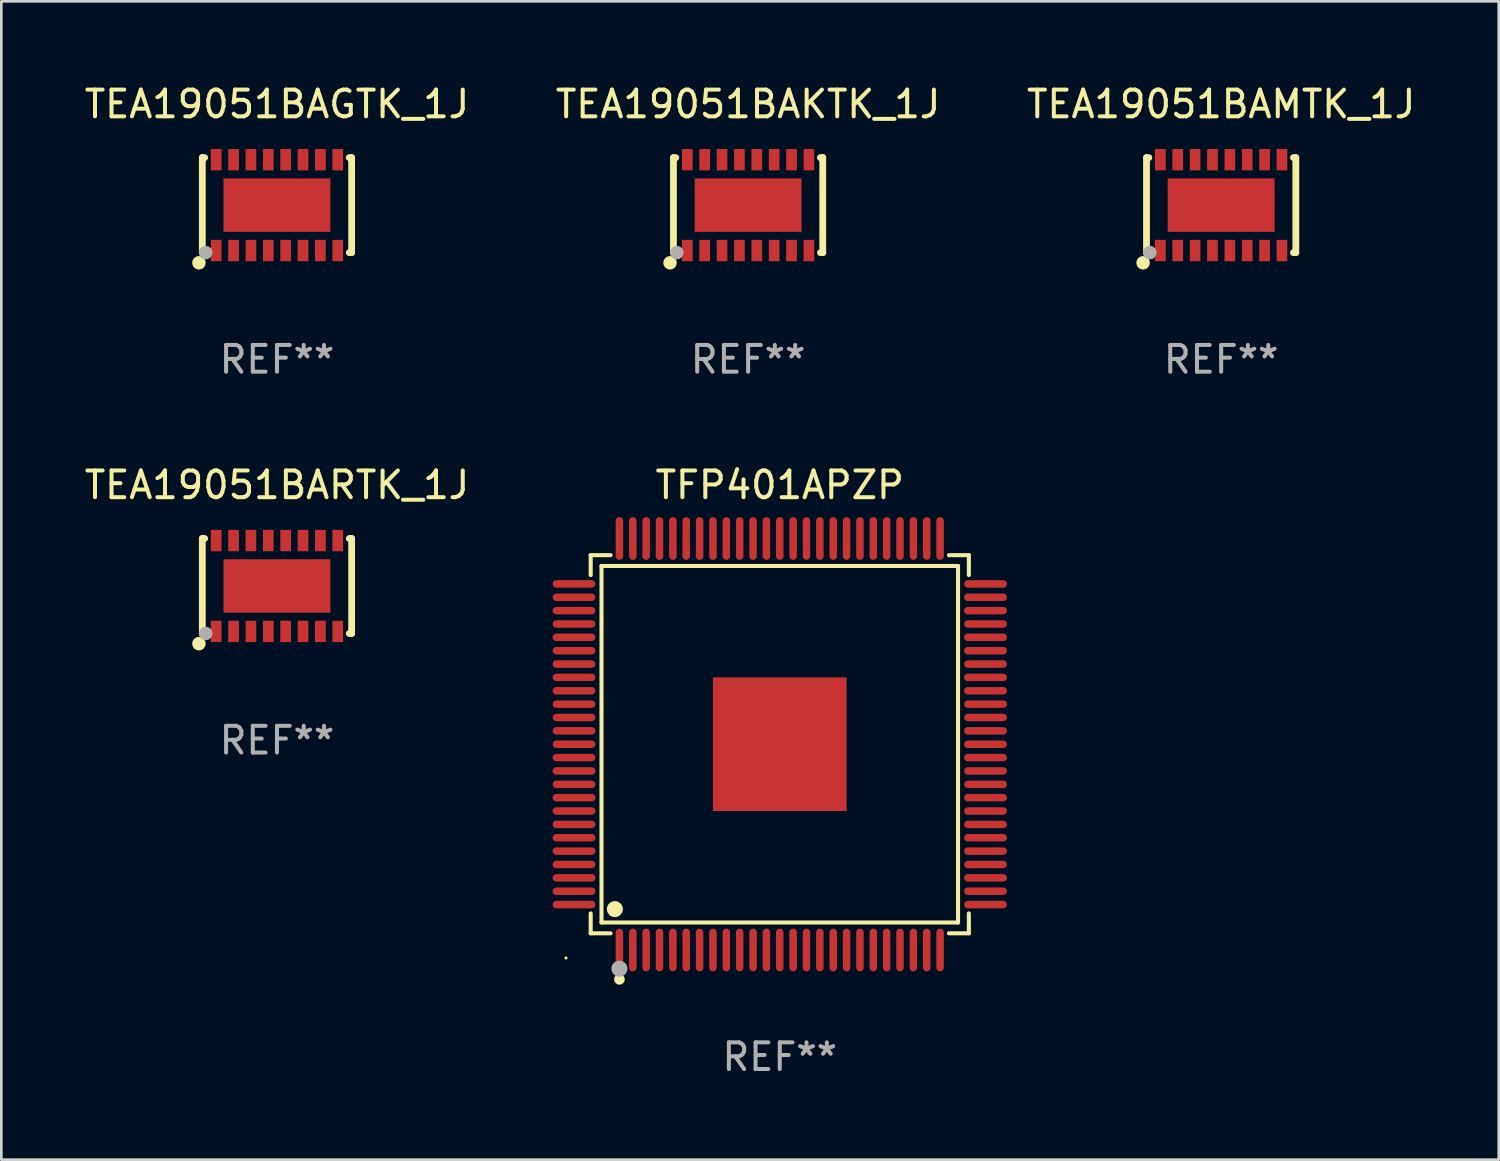
<source format=kicad_pcb>
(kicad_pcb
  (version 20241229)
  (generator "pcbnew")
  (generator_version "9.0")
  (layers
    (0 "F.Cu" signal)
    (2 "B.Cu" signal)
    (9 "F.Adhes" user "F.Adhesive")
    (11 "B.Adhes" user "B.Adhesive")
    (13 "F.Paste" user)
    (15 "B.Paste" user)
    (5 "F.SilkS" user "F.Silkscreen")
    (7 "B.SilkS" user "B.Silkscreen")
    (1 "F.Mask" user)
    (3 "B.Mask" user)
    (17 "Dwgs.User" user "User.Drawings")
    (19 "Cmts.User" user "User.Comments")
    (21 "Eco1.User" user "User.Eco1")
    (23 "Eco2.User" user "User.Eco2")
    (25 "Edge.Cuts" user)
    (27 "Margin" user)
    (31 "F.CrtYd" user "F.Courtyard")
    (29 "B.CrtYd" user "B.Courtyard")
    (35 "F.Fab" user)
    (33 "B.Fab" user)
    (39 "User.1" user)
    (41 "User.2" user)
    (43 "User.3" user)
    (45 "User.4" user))
  (footprint "TEA19051BARTK_1J"
    (layer "F.Cu")
    (at 7.315 18.879)
    (property "Reference" "TEA19051BARTK_1J" (at 0 -3.778 0) (layer "F.SilkS") (effects (font (size 1 1) (thickness 0.15))))
    (attr through_hole)
    (fp_line (start -2.794 -1.778) (end -2.794 1.778) (stroke (width 0.254) (type solid)) (layer "F.SilkS"))
    (fp_line (start -2.794 1.778) (end -2.706 1.778) (stroke (width 0.254) (type solid)) (layer "F.SilkS"))
    (fp_line (start -2.706 -1.778) (end -2.794 -1.778) (stroke (width 0.254) (type solid)) (layer "F.SilkS"))
    (fp_line (start 2.706 1.778) (end 2.794 1.778) (stroke (width 0.254) (type solid)) (layer "F.SilkS"))
    (fp_line (start 2.794 -1.778) (end 2.706 -1.778) (stroke (width 0.254) (type solid)) (layer "F.SilkS"))
    (fp_line (start 2.794 1.778) (end 2.794 -1.778) (stroke (width 0.254) (type solid)) (layer "F.SilkS"))
    (fp_circle (center -2.921 2.159) (end -2.794 2.159) (stroke (width 0.254) (type solid)) (fill no) (layer "F.SilkS"))
    (fp_circle (center -2.75 1.75) (end -2.72 1.75) (stroke (width 0.06) (type solid)) (fill no) (layer "F.SilkS"))
    (fp_circle (center -2.667 1.778) (end -2.54 1.778) (stroke (width 0.254) (type solid)) (fill no) (layer "F.Fab"))
    (fp_text user "REF**" (at 0 5.778 0) (layer "F.Fab") (effects (font (size 1 1) (thickness 0.15))))
    (pad "1" smd rect (at -2.275 1.7) (size 0.4 0.8) (layers "F.Cu" "F.Mask" "F.Paste"))
    (pad "2" smd rect (at -1.625 1.7) (size 0.4 0.8) (layers "F.Cu" "F.Mask" "F.Paste"))
    (pad "3" smd rect (at -0.975 1.7) (size 0.4 0.8) (layers "F.Cu" "F.Mask" "F.Paste"))
    (pad "4" smd rect (at -0.325 1.7) (size 0.4 0.8) (layers "F.Cu" "F.Mask" "F.Paste"))
    (pad "5" smd rect (at 0.325 1.7) (size 0.4 0.8) (layers "F.Cu" "F.Mask" "F.Paste"))
    (pad "6" smd rect (at 0.975 1.7) (size 0.4 0.8) (layers "F.Cu" "F.Mask" "F.Paste"))
    (pad "7" smd rect (at 1.625 1.7) (size 0.4 0.8) (layers "F.Cu" "F.Mask" "F.Paste"))
    (pad "8" smd rect (at 2.275 1.7) (size 0.4 0.8) (layers "F.Cu" "F.Mask" "F.Paste"))
    (pad "9" smd rect (at 2.275 -1.7) (size 0.4 0.8) (layers "F.Cu" "F.Mask" "F.Paste"))
    (pad "10" smd rect (at 1.625 -1.7) (size 0.4 0.8) (layers "F.Cu" "F.Mask" "F.Paste"))
    (pad "11" smd rect (at 0.975 -1.7) (size 0.4 0.8) (layers "F.Cu" "F.Mask" "F.Paste"))
    (pad "12" smd rect (at 0.325 -1.7) (size 0.4 0.8) (layers "F.Cu" "F.Mask" "F.Paste"))
    (pad "13" smd rect (at -0.325 -1.7) (size 0.4 0.8) (layers "F.Cu" "F.Mask" "F.Paste"))
    (pad "14" smd rect (at -0.975 -1.7) (size 0.4 0.8) (layers "F.Cu" "F.Mask" "F.Paste"))
    (pad "15" smd rect (at -1.625 -1.7) (size 0.4 0.8) (layers "F.Cu" "F.Mask" "F.Paste"))
    (pad "16" smd rect (at -2.275 -1.7) (size 0.4 0.8) (layers "F.Cu" "F.Mask" "F.Paste"))
    (pad "17" smd rect (at 0.000076 -0.000025) (size 4 2) (layers "F.Cu" "F.Mask" "F.Paste")))
  (footprint "TEA19051BAGTK_1J"
    (layer "F.Cu")
    (at 7.315 4.626)
    (property "Reference" "TEA19051BAGTK_1J" (at 0 -3.778 0) (layer "F.SilkS") (effects (font (size 1 1) (thickness 0.15))))
    (attr through_hole)
    (fp_line (start -2.794 -1.778) (end -2.794 1.778) (stroke (width 0.254) (type solid)) (layer "F.SilkS"))
    (fp_line (start -2.794 1.778) (end -2.706 1.778) (stroke (width 0.254) (type solid)) (layer "F.SilkS"))
    (fp_line (start -2.706 -1.778) (end -2.794 -1.778) (stroke (width 0.254) (type solid)) (layer "F.SilkS"))
    (fp_line (start 2.706 1.778) (end 2.794 1.778) (stroke (width 0.254) (type solid)) (layer "F.SilkS"))
    (fp_line (start 2.794 -1.778) (end 2.706 -1.778) (stroke (width 0.254) (type solid)) (layer "F.SilkS"))
    (fp_line (start 2.794 1.778) (end 2.794 -1.778) (stroke (width 0.254) (type solid)) (layer "F.SilkS"))
    (fp_circle (center -2.921 2.159) (end -2.794 2.159) (stroke (width 0.254) (type solid)) (fill no) (layer "F.SilkS"))
    (fp_circle (center -2.75 1.75) (end -2.72 1.75) (stroke (width 0.06) (type solid)) (fill no) (layer "F.SilkS"))
    (fp_circle (center -2.667 1.778) (end -2.54 1.778) (stroke (width 0.254) (type solid)) (fill no) (layer "F.Fab"))
    (fp_text user "REF**" (at 0 5.778 0) (layer "F.Fab") (effects (font (size 1 1) (thickness 0.15))))
    (pad "1" smd rect (at -2.275 1.7) (size 0.4 0.8) (layers "F.Cu" "F.Mask" "F.Paste"))
    (pad "2" smd rect (at -1.625 1.7) (size 0.4 0.8) (layers "F.Cu" "F.Mask" "F.Paste"))
    (pad "3" smd rect (at -0.975 1.7) (size 0.4 0.8) (layers "F.Cu" "F.Mask" "F.Paste"))
    (pad "4" smd rect (at -0.325 1.7) (size 0.4 0.8) (layers "F.Cu" "F.Mask" "F.Paste"))
    (pad "5" smd rect (at 0.325 1.7) (size 0.4 0.8) (layers "F.Cu" "F.Mask" "F.Paste"))
    (pad "6" smd rect (at 0.975 1.7) (size 0.4 0.8) (layers "F.Cu" "F.Mask" "F.Paste"))
    (pad "7" smd rect (at 1.625 1.7) (size 0.4 0.8) (layers "F.Cu" "F.Mask" "F.Paste"))
    (pad "8" smd rect (at 2.275 1.7) (size 0.4 0.8) (layers "F.Cu" "F.Mask" "F.Paste"))
    (pad "9" smd rect (at 2.275 -1.7) (size 0.4 0.8) (layers "F.Cu" "F.Mask" "F.Paste"))
    (pad "10" smd rect (at 1.625 -1.7) (size 0.4 0.8) (layers "F.Cu" "F.Mask" "F.Paste"))
    (pad "11" smd rect (at 0.975 -1.7) (size 0.4 0.8) (layers "F.Cu" "F.Mask" "F.Paste"))
    (pad "12" smd rect (at 0.325 -1.7) (size 0.4 0.8) (layers "F.Cu" "F.Mask" "F.Paste"))
    (pad "13" smd rect (at -0.325 -1.7) (size 0.4 0.8) (layers "F.Cu" "F.Mask" "F.Paste"))
    (pad "14" smd rect (at -0.975 -1.7) (size 0.4 0.8) (layers "F.Cu" "F.Mask" "F.Paste"))
    (pad "15" smd rect (at -1.625 -1.7) (size 0.4 0.8) (layers "F.Cu" "F.Mask" "F.Paste"))
    (pad "16" smd rect (at -2.275 -1.7) (size 0.4 0.8) (layers "F.Cu" "F.Mask" "F.Paste"))
    (pad "17" smd rect (at 0.000076 -0.000025) (size 4 2) (layers "F.Cu" "F.Mask" "F.Paste")))
  (footprint "TEA19051BAKTK_1J"
    (layer "F.Cu")
    (at 24.946 4.626)
    (property "Reference" "TEA19051BAKTK_1J" (at 0 -3.778 0) (layer "F.SilkS") (effects (font (size 1 1) (thickness 0.15))))
    (attr through_hole)
    (fp_line (start -2.794 -1.778) (end -2.794 1.778) (stroke (width 0.254) (type solid)) (layer "F.SilkS"))
    (fp_line (start -2.794 1.778) (end -2.706 1.778) (stroke (width 0.254) (type solid)) (layer "F.SilkS"))
    (fp_line (start -2.706 -1.778) (end -2.794 -1.778) (stroke (width 0.254) (type solid)) (layer "F.SilkS"))
    (fp_line (start 2.706 1.778) (end 2.794 1.778) (stroke (width 0.254) (type solid)) (layer "F.SilkS"))
    (fp_line (start 2.794 -1.778) (end 2.706 -1.778) (stroke (width 0.254) (type solid)) (layer "F.SilkS"))
    (fp_line (start 2.794 1.778) (end 2.794 -1.778) (stroke (width 0.254) (type solid)) (layer "F.SilkS"))
    (fp_circle (center -2.921 2.159) (end -2.794 2.159) (stroke (width 0.254) (type solid)) (fill no) (layer "F.SilkS"))
    (fp_circle (center -2.75 1.75) (end -2.72 1.75) (stroke (width 0.06) (type solid)) (fill no) (layer "F.SilkS"))
    (fp_circle (center -2.667 1.778) (end -2.54 1.778) (stroke (width 0.254) (type solid)) (fill no) (layer "F.Fab"))
    (fp_text user "REF**" (at 0 5.778 0) (layer "F.Fab") (effects (font (size 1 1) (thickness 0.15))))
    (pad "1" smd rect (at -2.275 1.7) (size 0.4 0.8) (layers "F.Cu" "F.Mask" "F.Paste"))
    (pad "2" smd rect (at -1.625 1.7) (size 0.4 0.8) (layers "F.Cu" "F.Mask" "F.Paste"))
    (pad "3" smd rect (at -0.975 1.7) (size 0.4 0.8) (layers "F.Cu" "F.Mask" "F.Paste"))
    (pad "4" smd rect (at -0.325 1.7) (size 0.4 0.8) (layers "F.Cu" "F.Mask" "F.Paste"))
    (pad "5" smd rect (at 0.325 1.7) (size 0.4 0.8) (layers "F.Cu" "F.Mask" "F.Paste"))
    (pad "6" smd rect (at 0.975 1.7) (size 0.4 0.8) (layers "F.Cu" "F.Mask" "F.Paste"))
    (pad "7" smd rect (at 1.625 1.7) (size 0.4 0.8) (layers "F.Cu" "F.Mask" "F.Paste"))
    (pad "8" smd rect (at 2.275 1.7) (size 0.4 0.8) (layers "F.Cu" "F.Mask" "F.Paste"))
    (pad "9" smd rect (at 2.275 -1.7) (size 0.4 0.8) (layers "F.Cu" "F.Mask" "F.Paste"))
    (pad "10" smd rect (at 1.625 -1.7) (size 0.4 0.8) (layers "F.Cu" "F.Mask" "F.Paste"))
    (pad "11" smd rect (at 0.975 -1.7) (size 0.4 0.8) (layers "F.Cu" "F.Mask" "F.Paste"))
    (pad "12" smd rect (at 0.325 -1.7) (size 0.4 0.8) (layers "F.Cu" "F.Mask" "F.Paste"))
    (pad "13" smd rect (at -0.325 -1.7) (size 0.4 0.8) (layers "F.Cu" "F.Mask" "F.Paste"))
    (pad "14" smd rect (at -0.975 -1.7) (size 0.4 0.8) (layers "F.Cu" "F.Mask" "F.Paste"))
    (pad "15" smd rect (at -1.625 -1.7) (size 0.4 0.8) (layers "F.Cu" "F.Mask" "F.Paste"))
    (pad "16" smd rect (at -2.275 -1.7) (size 0.4 0.8) (layers "F.Cu" "F.Mask" "F.Paste"))
    (pad "17" smd rect (at 0.000076 -0.000025) (size 4 2) (layers "F.Cu" "F.Mask" "F.Paste")))
  (footprint "TEA19051BAMTK_1J"
    (layer "F.Cu")
    (at 42.649 4.626)
    (property "Reference" "TEA19051BAMTK_1J" (at 0 -3.778 0) (layer "F.SilkS") (effects (font (size 1 1) (thickness 0.15))))
    (attr through_hole)
    (fp_line (start -2.794 -1.778) (end -2.794 1.778) (stroke (width 0.254) (type solid)) (layer "F.SilkS"))
    (fp_line (start -2.794 1.778) (end -2.706 1.778) (stroke (width 0.254) (type solid)) (layer "F.SilkS"))
    (fp_line (start -2.706 -1.778) (end -2.794 -1.778) (stroke (width 0.254) (type solid)) (layer "F.SilkS"))
    (fp_line (start 2.706 1.778) (end 2.794 1.778) (stroke (width 0.254) (type solid)) (layer "F.SilkS"))
    (fp_line (start 2.794 -1.778) (end 2.706 -1.778) (stroke (width 0.254) (type solid)) (layer "F.SilkS"))
    (fp_line (start 2.794 1.778) (end 2.794 -1.778) (stroke (width 0.254) (type solid)) (layer "F.SilkS"))
    (fp_circle (center -2.921 2.159) (end -2.794 2.159) (stroke (width 0.254) (type solid)) (fill no) (layer "F.SilkS"))
    (fp_circle (center -2.75 1.75) (end -2.72 1.75) (stroke (width 0.06) (type solid)) (fill no) (layer "F.SilkS"))
    (fp_circle (center -2.667 1.778) (end -2.54 1.778) (stroke (width 0.254) (type solid)) (fill no) (layer "F.Fab"))
    (fp_text user "REF**" (at 0 5.778 0) (layer "F.Fab") (effects (font (size 1 1) (thickness 0.15))))
    (pad "1" smd rect (at -2.275 1.7) (size 0.4 0.8) (layers "F.Cu" "F.Mask" "F.Paste"))
    (pad "2" smd rect (at -1.625 1.7) (size 0.4 0.8) (layers "F.Cu" "F.Mask" "F.Paste"))
    (pad "3" smd rect (at -0.975 1.7) (size 0.4 0.8) (layers "F.Cu" "F.Mask" "F.Paste"))
    (pad "4" smd rect (at -0.325 1.7) (size 0.4 0.8) (layers "F.Cu" "F.Mask" "F.Paste"))
    (pad "5" smd rect (at 0.325 1.7) (size 0.4 0.8) (layers "F.Cu" "F.Mask" "F.Paste"))
    (pad "6" smd rect (at 0.975 1.7) (size 0.4 0.8) (layers "F.Cu" "F.Mask" "F.Paste"))
    (pad "7" smd rect (at 1.625 1.7) (size 0.4 0.8) (layers "F.Cu" "F.Mask" "F.Paste"))
    (pad "8" smd rect (at 2.275 1.7) (size 0.4 0.8) (layers "F.Cu" "F.Mask" "F.Paste"))
    (pad "9" smd rect (at 2.275 -1.7) (size 0.4 0.8) (layers "F.Cu" "F.Mask" "F.Paste"))
    (pad "10" smd rect (at 1.625 -1.7) (size 0.4 0.8) (layers "F.Cu" "F.Mask" "F.Paste"))
    (pad "11" smd rect (at 0.975 -1.7) (size 0.4 0.8) (layers "F.Cu" "F.Mask" "F.Paste"))
    (pad "12" smd rect (at 0.325 -1.7) (size 0.4 0.8) (layers "F.Cu" "F.Mask" "F.Paste"))
    (pad "13" smd rect (at -0.325 -1.7) (size 0.4 0.8) (layers "F.Cu" "F.Mask" "F.Paste"))
    (pad "14" smd rect (at -0.975 -1.7) (size 0.4 0.8) (layers "F.Cu" "F.Mask" "F.Paste"))
    (pad "15" smd rect (at -1.625 -1.7) (size 0.4 0.8) (layers "F.Cu" "F.Mask" "F.Paste"))
    (pad "16" smd rect (at -2.275 -1.7) (size 0.4 0.8) (layers "F.Cu" "F.Mask" "F.Paste"))
    (pad "17" smd rect (at 0.000076 -0.000025) (size 4 2) (layers "F.Cu" "F.Mask" "F.Paste")))
  (footprint "TFP401APZP"
    (layer "F.Cu")
    (at 26.131 24.801)
    (property "Reference" "TFP401APZP" (at 0 -9.7 0) (layer "F.SilkS") (effects (font (size 1 1) (thickness 0.15))))
    (attr through_hole)
    (fp_line (start -7.076 -7.076) (end -6.331 -7.076) (stroke (width 0.152) (type solid)) (layer "F.SilkS"))
    (fp_line (start -7.076 -6.331) (end -7.076 -7.076) (stroke (width 0.152) (type solid)) (layer "F.SilkS"))
    (fp_line (start -7.076 6.331) (end -7.076 7.076) (stroke (width 0.152) (type solid)) (layer "F.SilkS"))
    (fp_line (start -7.076 7.076) (end -6.331 7.076) (stroke (width 0.152) (type solid)) (layer "F.SilkS"))
    (fp_line (start -6.671 -6.671) (end 6.671 -6.671) (stroke (width 0.152) (type solid)) (layer "F.SilkS"))
    (fp_line (start -6.671 6.671) (end -6.671 -6.671) (stroke (width 0.152) (type solid)) (layer "F.SilkS"))
    (fp_line (start 6.671 -6.671) (end 6.671 6.671) (stroke (width 0.152) (type solid)) (layer "F.SilkS"))
    (fp_line (start 6.671 6.671) (end -6.671 6.671) (stroke (width 0.152) (type solid)) (layer "F.SilkS"))
    (fp_line (start 7.076 -7.076) (end 6.331 -7.076) (stroke (width 0.152) (type solid)) (layer "F.SilkS"))
    (fp_line (start 7.076 -6.331) (end 7.076 -7.076) (stroke (width 0.152) (type solid)) (layer "F.SilkS"))
    (fp_line (start 7.076 6.331) (end 7.076 7.076) (stroke (width 0.152) (type solid)) (layer "F.SilkS"))
    (fp_line (start 7.076 7.076) (end 6.331 7.076) (stroke (width 0.152) (type solid)) (layer "F.SilkS"))
    (fp_circle (center -8 8) (end -7.97 8) (stroke (width 0.06) (type solid)) (fill no) (layer "F.SilkS"))
    (fp_circle (center -6.171 6.171) (end -6.021 6.171) (stroke (width 0.3) (type solid)) (fill no) (layer "F.SilkS"))
    (fp_circle (center -6 8.8) (end -5.9 8.8) (stroke (width 0.2) (type solid)) (fill no) (layer "F.SilkS"))
    (fp_circle (center -6 8.4) (end -5.85 8.4) (stroke (width 0.3) (type solid)) (fill no) (layer "F.Fab"))
    (fp_text user "REF**" (at 0 11.7 0) (layer "F.Fab") (effects (font (size 1 1) (thickness 0.15))))
    (pad "1" smd oval (at -6 7.7) (size 0.28 1.6) (layers "F.Cu" "F.Mask" "F.Paste"))
    (pad "2" smd oval (at -5.5 7.7) (size 0.28 1.6) (layers "F.Cu" "F.Mask" "F.Paste"))
    (pad "3" smd oval (at -5 7.7) (size 0.28 1.6) (layers "F.Cu" "F.Mask" "F.Paste"))
    (pad "4" smd oval (at -4.5 7.7) (size 0.28 1.6) (layers "F.Cu" "F.Mask" "F.Paste"))
    (pad "5" smd oval (at -4 7.7) (size 0.28 1.6) (layers "F.Cu" "F.Mask" "F.Paste"))
    (pad "6" smd oval (at -3.5 7.7) (size 0.28 1.6) (layers "F.Cu" "F.Mask" "F.Paste"))
    (pad "7" smd oval (at -3 7.7) (size 0.28 1.6) (layers "F.Cu" "F.Mask" "F.Paste"))
    (pad "8" smd oval (at -2.5 7.7) (size 0.28 1.6) (layers "F.Cu" "F.Mask" "F.Paste"))
    (pad "9" smd oval (at -2 7.7) (size 0.28 1.6) (layers "F.Cu" "F.Mask" "F.Paste"))
    (pad "10" smd oval (at -1.5 7.7) (size 0.28 1.6) (layers "F.Cu" "F.Mask" "F.Paste"))
    (pad "11" smd oval (at -1 7.7) (size 0.28 1.6) (layers "F.Cu" "F.Mask" "F.Paste"))
    (pad "12" smd oval (at -0.5 7.7) (size 0.28 1.6) (layers "F.Cu" "F.Mask" "F.Paste"))
    (pad "13" smd oval (at 0 7.7) (size 0.28 1.6) (layers "F.Cu" "F.Mask" "F.Paste"))
    (pad "14" smd oval (at 0.5 7.7) (size 0.28 1.6) (layers "F.Cu" "F.Mask" "F.Paste"))
    (pad "15" smd oval (at 1 7.7) (size 0.28 1.6) (layers "F.Cu" "F.Mask" "F.Paste"))
    (pad "16" smd oval (at 1.5 7.7) (size 0.28 1.6) (layers "F.Cu" "F.Mask" "F.Paste"))
    (pad "17" smd oval (at 2 7.7) (size 0.28 1.6) (layers "F.Cu" "F.Mask" "F.Paste"))
    (pad "18" smd oval (at 2.5 7.7) (size 0.28 1.6) (layers "F.Cu" "F.Mask" "F.Paste"))
    (pad "19" smd oval (at 3 7.7) (size 0.28 1.6) (layers "F.Cu" "F.Mask" "F.Paste"))
    (pad "20" smd oval (at 3.5 7.7) (size 0.28 1.6) (layers "F.Cu" "F.Mask" "F.Paste"))
    (pad "21" smd oval (at 4 7.7) (size 0.28 1.6) (layers "F.Cu" "F.Mask" "F.Paste"))
    (pad "22" smd oval (at 4.5 7.7) (size 0.28 1.6) (layers "F.Cu" "F.Mask" "F.Paste"))
    (pad "23" smd oval (at 5 7.7) (size 0.28 1.6) (layers "F.Cu" "F.Mask" "F.Paste"))
    (pad "24" smd oval (at 5.5 7.7) (size 0.28 1.6) (layers "F.Cu" "F.Mask" "F.Paste"))
    (pad "25" smd oval (at 6 7.7) (size 0.28 1.6) (layers "F.Cu" "F.Mask" "F.Paste"))
    (pad "26" smd oval (at 7.7 6) (size 1.6 0.28) (layers "F.Cu" "F.Mask" "F.Paste"))
    (pad "27" smd oval (at 7.7 5.5) (size 1.6 0.28) (layers "F.Cu" "F.Mask" "F.Paste"))
    (pad "28" smd oval (at 7.7 5) (size 1.6 0.28) (layers "F.Cu" "F.Mask" "F.Paste"))
    (pad "29" smd oval (at 7.7 4.5) (size 1.6 0.28) (layers "F.Cu" "F.Mask" "F.Paste"))
    (pad "30" smd oval (at 7.7 4) (size 1.6 0.28) (layers "F.Cu" "F.Mask" "F.Paste"))
    (pad "31" smd oval (at 7.7 3.5) (size 1.6 0.28) (layers "F.Cu" "F.Mask" "F.Paste"))
    (pad "32" smd oval (at 7.7 3) (size 1.6 0.28) (layers "F.Cu" "F.Mask" "F.Paste"))
    (pad "33" smd oval (at 7.7 2.5) (size 1.6 0.28) (layers "F.Cu" "F.Mask" "F.Paste"))
    (pad "34" smd oval (at 7.7 2) (size 1.6 0.28) (layers "F.Cu" "F.Mask" "F.Paste"))
    (pad "35" smd oval (at 7.7 1.5) (size 1.6 0.28) (layers "F.Cu" "F.Mask" "F.Paste"))
    (pad "36" smd oval (at 7.7 1) (size 1.6 0.28) (layers "F.Cu" "F.Mask" "F.Paste"))
    (pad "37" smd oval (at 7.7 0.5) (size 1.6 0.28) (layers "F.Cu" "F.Mask" "F.Paste"))
    (pad "38" smd oval (at 7.7 0) (size 1.6 0.28) (layers "F.Cu" "F.Mask" "F.Paste"))
    (pad "39" smd oval (at 7.7 -0.5) (size 1.6 0.28) (layers "F.Cu" "F.Mask" "F.Paste"))
    (pad "40" smd oval (at 7.7 -1) (size 1.6 0.28) (layers "F.Cu" "F.Mask" "F.Paste"))
    (pad "41" smd oval (at 7.7 -1.5) (size 1.6 0.28) (layers "F.Cu" "F.Mask" "F.Paste"))
    (pad "42" smd oval (at 7.7 -2) (size 1.6 0.28) (layers "F.Cu" "F.Mask" "F.Paste"))
    (pad "43" smd oval (at 7.7 -2.5) (size 1.6 0.28) (layers "F.Cu" "F.Mask" "F.Paste"))
    (pad "44" smd oval (at 7.7 -3) (size 1.6 0.28) (layers "F.Cu" "F.Mask" "F.Paste"))
    (pad "45" smd oval (at 7.7 -3.5) (size 1.6 0.28) (layers "F.Cu" "F.Mask" "F.Paste"))
    (pad "46" smd oval (at 7.7 -4) (size 1.6 0.28) (layers "F.Cu" "F.Mask" "F.Paste"))
    (pad "47" smd oval (at 7.7 -4.5) (size 1.6 0.28) (layers "F.Cu" "F.Mask" "F.Paste"))
    (pad "48" smd oval (at 7.7 -5) (size 1.6 0.28) (layers "F.Cu" "F.Mask" "F.Paste"))
    (pad "49" smd oval (at 7.7 -5.5) (size 1.6 0.28) (layers "F.Cu" "F.Mask" "F.Paste"))
    (pad "50" smd oval (at 7.7 -6) (size 1.6 0.28) (layers "F.Cu" "F.Mask" "F.Paste"))
    (pad "51" smd oval (at 6 -7.7) (size 0.28 1.6) (layers "F.Cu" "F.Mask" "F.Paste"))
    (pad "52" smd oval (at 5.5 -7.7) (size 0.28 1.6) (layers "F.Cu" "F.Mask" "F.Paste"))
    (pad "53" smd oval (at 5 -7.7) (size 0.28 1.6) (layers "F.Cu" "F.Mask" "F.Paste"))
    (pad "54" smd oval (at 4.5 -7.7) (size 0.28 1.6) (layers "F.Cu" "F.Mask" "F.Paste"))
    (pad "55" smd oval (at 4 -7.7) (size 0.28 1.6) (layers "F.Cu" "F.Mask" "F.Paste"))
    (pad "56" smd oval (at 3.5 -7.7) (size 0.28 1.6) (layers "F.Cu" "F.Mask" "F.Paste"))
    (pad "57" smd oval (at 3 -7.7) (size 0.28 1.6) (layers "F.Cu" "F.Mask" "F.Paste"))
    (pad "58" smd oval (at 2.5 -7.7) (size 0.28 1.6) (layers "F.Cu" "F.Mask" "F.Paste"))
    (pad "59" smd oval (at 2 -7.7) (size 0.28 1.6) (layers "F.Cu" "F.Mask" "F.Paste"))
    (pad "60" smd oval (at 1.5 -7.7) (size 0.28 1.6) (layers "F.Cu" "F.Mask" "F.Paste"))
    (pad "61" smd oval (at 1 -7.7) (size 0.28 1.6) (layers "F.Cu" "F.Mask" "F.Paste"))
    (pad "62" smd oval (at 0.5 -7.7) (size 0.28 1.6) (layers "F.Cu" "F.Mask" "F.Paste"))
    (pad "63" smd oval (at 0 -7.7) (size 0.28 1.6) (layers "F.Cu" "F.Mask" "F.Paste"))
    (pad "64" smd oval (at -0.5 -7.7) (size 0.28 1.6) (layers "F.Cu" "F.Mask" "F.Paste"))
    (pad "65" smd oval (at -1 -7.7) (size 0.28 1.6) (layers "F.Cu" "F.Mask" "F.Paste"))
    (pad "66" smd oval (at -1.5 -7.7) (size 0.28 1.6) (layers "F.Cu" "F.Mask" "F.Paste"))
    (pad "67" smd oval (at -2 -7.7) (size 0.28 1.6) (layers "F.Cu" "F.Mask" "F.Paste"))
    (pad "68" smd oval (at -2.5 -7.7) (size 0.28 1.6) (layers "F.Cu" "F.Mask" "F.Paste"))
    (pad "69" smd oval (at -3 -7.7) (size 0.28 1.6) (layers "F.Cu" "F.Mask" "F.Paste"))
    (pad "70" smd oval (at -3.5 -7.7) (size 0.28 1.6) (layers "F.Cu" "F.Mask" "F.Paste"))
    (pad "71" smd oval (at -4 -7.7) (size 0.28 1.6) (layers "F.Cu" "F.Mask" "F.Paste"))
    (pad "72" smd oval (at -4.5 -7.7) (size 0.28 1.6) (layers "F.Cu" "F.Mask" "F.Paste"))
    (pad "73" smd oval (at -5 -7.7) (size 0.28 1.6) (layers "F.Cu" "F.Mask" "F.Paste"))
    (pad "74" smd oval (at -5.5 -7.7) (size 0.28 1.6) (layers "F.Cu" "F.Mask" "F.Paste"))
    (pad "75" smd oval (at -6 -7.7) (size 0.28 1.6) (layers "F.Cu" "F.Mask" "F.Paste"))
    (pad "76" smd oval (at -7.7 -6) (size 1.6 0.28) (layers "F.Cu" "F.Mask" "F.Paste"))
    (pad "77" smd oval (at -7.7 -5.5) (size 1.6 0.28) (layers "F.Cu" "F.Mask" "F.Paste"))
    (pad "78" smd oval (at -7.7 -5) (size 1.6 0.28) (layers "F.Cu" "F.Mask" "F.Paste"))
    (pad "79" smd oval (at -7.7 -4.5) (size 1.6 0.28) (layers "F.Cu" "F.Mask" "F.Paste"))
    (pad "80" smd oval (at -7.7 -4) (size 1.6 0.28) (layers "F.Cu" "F.Mask" "F.Paste"))
    (pad "81" smd oval (at -7.7 -3.5) (size 1.6 0.28) (layers "F.Cu" "F.Mask" "F.Paste"))
    (pad "82" smd oval (at -7.7 -3) (size 1.6 0.28) (layers "F.Cu" "F.Mask" "F.Paste"))
    (pad "83" smd oval (at -7.7 -2.5) (size 1.6 0.28) (layers "F.Cu" "F.Mask" "F.Paste"))
    (pad "84" smd oval (at -7.7 -2) (size 1.6 0.28) (layers "F.Cu" "F.Mask" "F.Paste"))
    (pad "85" smd oval (at -7.7 -1.5) (size 1.6 0.28) (layers "F.Cu" "F.Mask" "F.Paste"))
    (pad "86" smd oval (at -7.7 -1) (size 1.6 0.28) (layers "F.Cu" "F.Mask" "F.Paste"))
    (pad "87" smd oval (at -7.7 -0.5) (size 1.6 0.28) (layers "F.Cu" "F.Mask" "F.Paste"))
    (pad "88" smd oval (at -7.7 0) (size 1.6 0.28) (layers "F.Cu" "F.Mask" "F.Paste"))
    (pad "89" smd oval (at -7.7 0.5) (size 1.6 0.28) (layers "F.Cu" "F.Mask" "F.Paste"))
    (pad "90" smd oval (at -7.7 1) (size 1.6 0.28) (layers "F.Cu" "F.Mask" "F.Paste"))
    (pad "91" smd oval (at -7.7 1.5) (size 1.6 0.28) (layers "F.Cu" "F.Mask" "F.Paste"))
    (pad "92" smd oval (at -7.7 2) (size 1.6 0.28) (layers "F.Cu" "F.Mask" "F.Paste"))
    (pad "93" smd oval (at -7.7 2.5) (size 1.6 0.28) (layers "F.Cu" "F.Mask" "F.Paste"))
    (pad "94" smd oval (at -7.7 3) (size 1.6 0.28) (layers "F.Cu" "F.Mask" "F.Paste"))
    (pad "95" smd oval (at -7.7 3.5) (size 1.6 0.28) (layers "F.Cu" "F.Mask" "F.Paste"))
    (pad "96" smd oval (at -7.7 4) (size 1.6 0.28) (layers "F.Cu" "F.Mask" "F.Paste"))
    (pad "97" smd oval (at -7.7 4.5) (size 1.6 0.28) (layers "F.Cu" "F.Mask" "F.Paste"))
    (pad "98" smd oval (at -7.7 5) (size 1.6 0.28) (layers "F.Cu" "F.Mask" "F.Paste"))
    (pad "99" smd oval (at -7.7 5.5) (size 1.6 0.28) (layers "F.Cu" "F.Mask" "F.Paste"))
    (pad "100" smd oval (at -7.7 6) (size 1.6 0.28) (layers "F.Cu" "F.Mask" "F.Paste"))
    (pad "101" smd rect (at 0 0) (size 5 5) (layers "F.Cu" "F.Mask" "F.Paste")))
  (gr_rect
    (start -3 -3)
    (end 53.036 40.349)
    (stroke (width 0.1) (type default))
    (fill no)
    (layer "Edge.Cuts")))
</source>
